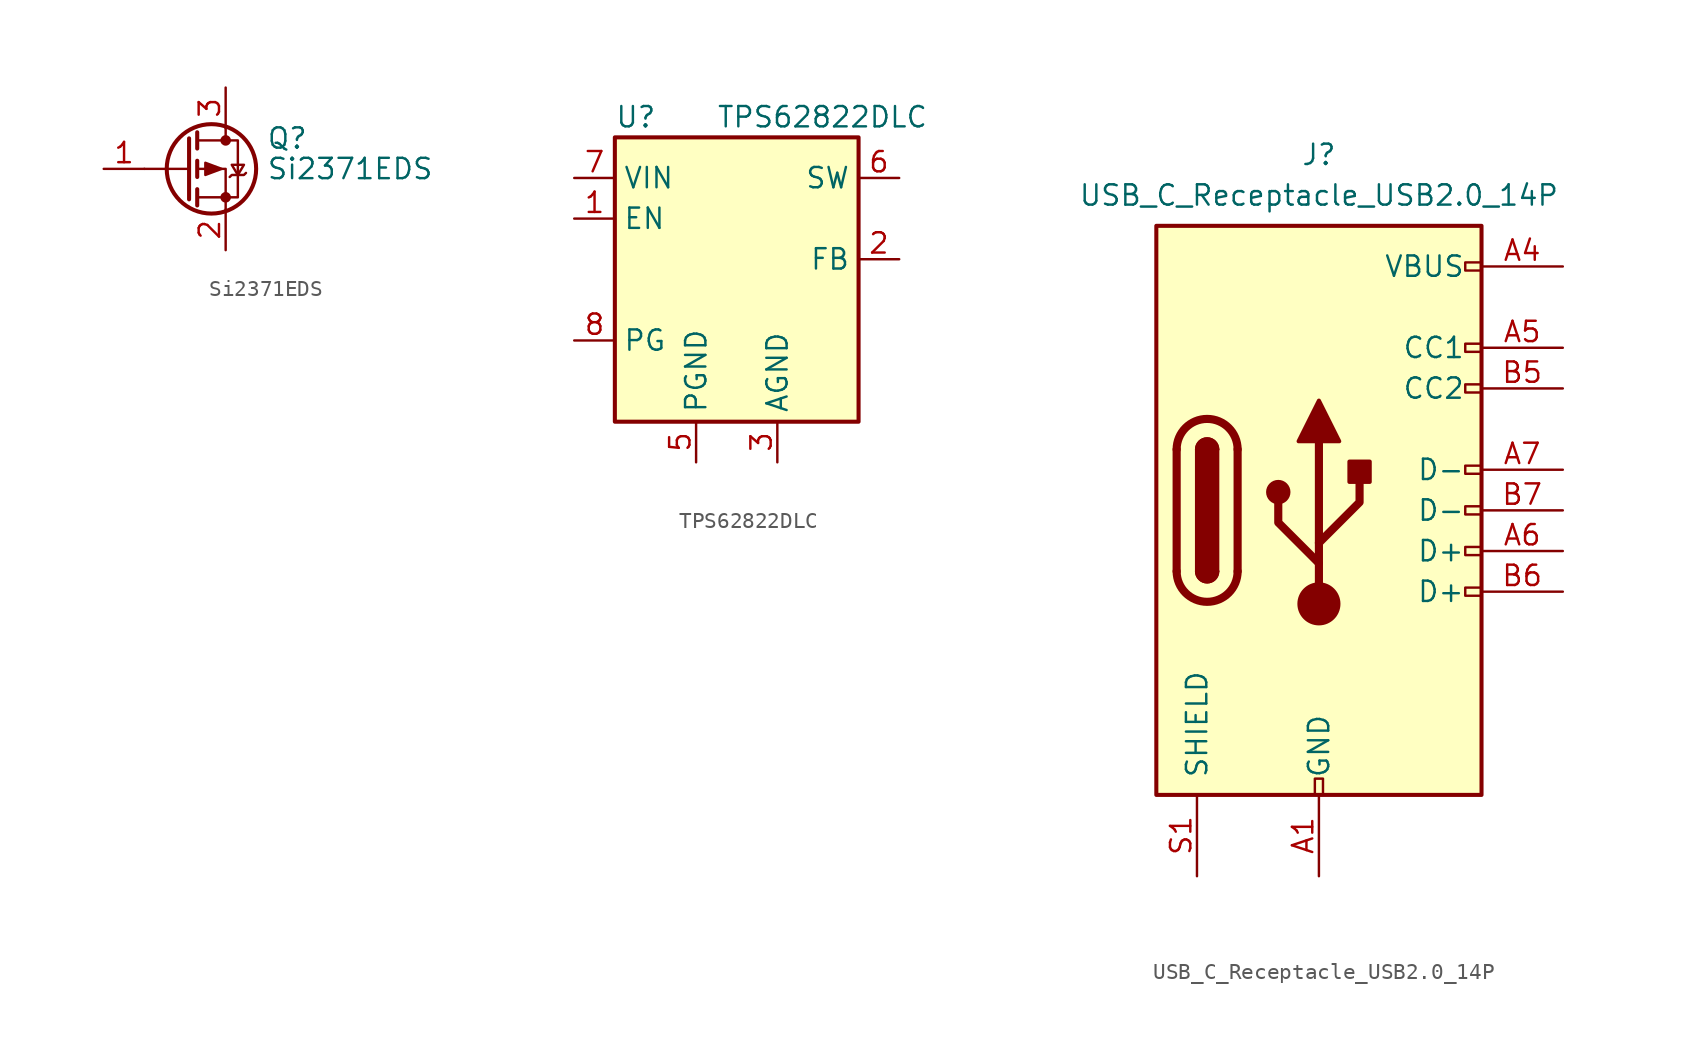
<source format=kicad_sym>
(kicad_symbol_lib
  (version 20231120)
  (generator "kicad_symbol_editor")
  (generator_version "8.0")
  (symbol "Si2371EDS"
    (pin_names hide)
    (property "Reference" "Q"
      (at 5.08 1.905 0)
      (effects (font (size 1.27 1.27)) (justify left)))
    (property "Value" "Si2371EDS"
      (at 5.08 0 0)
      (effects (font (size 1.27 1.27)) (justify left)))
    (symbol "Si2371EDS_0_1"
      (polyline (pts (xy 0.254 0) (xy -2.54 0)) (stroke (width 0) (type default)) (fill (type none)))
      (polyline (pts (xy 0.254 1.905) (xy 0.254 -1.905)) (stroke (width 0.254) (type default)) (fill (type none)))
      (polyline (pts (xy 0.762 -1.27) (xy 0.762 -2.286)) (stroke (width 0.254) (type default)) (fill (type none)))
      (polyline (pts (xy 0.762 0.508) (xy 0.762 -0.508)) (stroke (width 0.254) (type default)) (fill (type none)))
      (polyline (pts (xy 0.762 2.286) (xy 0.762 1.27)) (stroke (width 0.254) (type default)) (fill (type none)))
      (polyline (pts (xy 2.54 2.54) (xy 2.54 1.778)) (stroke (width 0) (type default)) (fill (type none)))
      (polyline (pts (xy 2.54 -2.54) (xy 2.54 0) (xy 0.762 0)) (stroke (width 0) (type default)) (fill (type none)))
      (polyline (pts (xy 0.762 1.778) (xy 3.302 1.778) (xy 3.302 -1.778) (xy 0.762 -1.778)) (stroke (width 0) (type default)) (fill (type none)))
      (polyline (pts (xy 2.286 0) (xy 1.27 0.381) (xy 1.27 -0.381) (xy 2.286 0)) (stroke (width 0) (type default)) (fill (type outline)))
      (polyline (pts (xy 2.794 -0.508) (xy 2.921 -0.381) (xy 3.683 -0.381) (xy 3.81 -0.254)) (stroke (width 0) (type default)) (fill (type none)))
      (polyline (pts (xy 3.302 -0.381) (xy 2.921 0.254) (xy 3.683 0.254) (xy 3.302 -0.381)) (stroke (width 0) (type default)) (fill (type none)))
      (circle (center 1.651 0) (radius 2.794) (stroke (width 0.254) (type default)) (fill (type none)))
      (circle (center 2.54 -1.778) (radius 0.254) (stroke (width 0) (type default)) (fill (type outline)))
      (circle (center 2.54 1.778) (radius 0.254) (stroke (width 0) (type default)) (fill (type outline))))
    (symbol "Si2371EDS_1_1"
      (pin input line (at -5.08 0 0) (length 2.54) (name "G" (effects (font (size 1.27 1.27)))) (number "1" (effects (font (size 1.27 1.27)))))
      (pin passive line (at 2.54 -5.08 90) (length 2.54) (name "S" (effects (font (size 1.27 1.27)))) (number "2" (effects (font (size 1.27 1.27)))))
      (pin passive line (at 2.54 5.08 270) (length 2.54) (name "D" (effects (font (size 1.27 1.27)))) (number "3" (effects (font (size 1.27 1.27)))))))
  (symbol "TPS62822DLC"
    (property "Reference" "U"
      (at -7.62 11.43 0)
      (effects (font (size 1.27 1.27)) (justify left)))
    (property "Value" "TPS62822DLC"
      (at -1.27 11.43 0)
      (effects (font (size 1.27 1.27)) (justify left)))
    (symbol "TPS62822DLC_0_1"
      (rectangle (start -7.62 10.16) (end 7.62 -7.62) (stroke (width 0.254) (type default)) (fill (type background))))
    (symbol "TPS62822DLC_1_1"
      (pin input line (at -10.16 5.08 0) (length 2.54) (name "EN" (effects (font (size 1.27 1.27)))) (number "1" (effects (font (size 1.27 1.27)))))
      (pin input line (at 10.16 2.54 180) (length 2.54) (name "FB" (effects (font (size 1.27 1.27)))) (number "2" (effects (font (size 1.27 1.27)))))
      (pin power_in line (at 2.54 -10.16 90) (length 2.54) (name "AGND" (effects (font (size 1.27 1.27)))) (number "3" (effects (font (size 1.27 1.27)))))
      (pin no_connect line (at 7.62 5.08 180) (length 2.54) hide (name "NC" (effects (font (size 1.27 1.27)))) (number "4" (effects (font (size 1.27 1.27)))))
      (pin power_in line (at -2.54 -10.16 90) (length 2.54) (name "PGND" (effects (font (size 1.27 1.27)))) (number "5" (effects (font (size 1.27 1.27)))))
      (pin power_out line (at 10.16 7.62 180) (length 2.54) (name "SW" (effects (font (size 1.27 1.27)))) (number "6" (effects (font (size 1.27 1.27)))))
      (pin power_in line (at -10.16 7.62 0) (length 2.54) (name "VIN" (effects (font (size 1.27 1.27)))) (number "7" (effects (font (size 1.27 1.27)))))
      (pin open_collector line (at -10.16 -2.54 0) (length 2.54) (name "PG" (effects (font (size 1.27 1.27)))) (number "8" (effects (font (size 1.27 1.27)))))))
  (symbol "USB_C_Receptacle_USB2.0_14P"
    (pin_names
      (offset 1.016))
    (property "Reference" "J"
      (at 0 22.225 0)
      (effects (font (size 1.27 1.27))))
    (property "Value" "USB_C_Receptacle_USB2.0_14P"
      (at 0 19.685 0)
      (effects (font (size 1.27 1.27))))
    (symbol "USB_C_Receptacle_USB2.0_14P_0_0"
      (rectangle (start -0.254 -17.78) (end 0.254 -16.764) (stroke (width 0) (type default)) (fill (type none)))
      (rectangle (start 10.16 -4.826) (end 9.144 -5.334) (stroke (width 0) (type default)) (fill (type none)))
      (rectangle (start 10.16 -2.286) (end 9.144 -2.794) (stroke (width 0) (type default)) (fill (type none)))
      (rectangle (start 10.16 0.254) (end 9.144 -0.254) (stroke (width 0) (type default)) (fill (type none)))
      (rectangle (start 10.16 2.794) (end 9.144 2.286) (stroke (width 0) (type default)) (fill (type none)))
      (rectangle (start 10.16 7.874) (end 9.144 7.366) (stroke (width 0) (type default)) (fill (type none)))
      (rectangle (start 10.16 10.414) (end 9.144 9.906) (stroke (width 0) (type default)) (fill (type none)))
      (rectangle (start 10.16 15.494) (end 9.144 14.986) (stroke (width 0) (type default)) (fill (type none))))
    (symbol "USB_C_Receptacle_USB2.0_14P_0_1"
      (rectangle (start -10.16 17.78) (end 10.16 -17.78) (stroke (width 0.254) (type default)) (fill (type background)))
      (arc (start -8.89 -3.81) (mid -6.985 -5.7067) (end -5.08 -3.81) (stroke (width 0.508) (type default)) (fill (type none)))
      (arc (start -7.62 -3.81) (mid -6.985 -4.4423) (end -6.35 -3.81) (stroke (width 0.254) (type default)) (fill (type none)))
      (arc (start -7.62 -3.81) (mid -6.985 -4.4423) (end -6.35 -3.81) (stroke (width 0.254) (type default)) (fill (type outline)))
      (rectangle (start -7.62 -3.81) (end -6.35 3.81) (stroke (width 0.254) (type default)) (fill (type outline)))
      (arc (start -6.35 3.81) (mid -6.985 4.4423) (end -7.62 3.81) (stroke (width 0.254) (type default)) (fill (type none)))
      (arc (start -6.35 3.81) (mid -6.985 4.4423) (end -7.62 3.81) (stroke (width 0.254) (type default)) (fill (type outline)))
      (arc (start -5.08 3.81) (mid -6.985 5.7067) (end -8.89 3.81) (stroke (width 0.508) (type default)) (fill (type none)))
      (circle (center -2.54 1.143) (radius 0.635) (stroke (width 0.254) (type default)) (fill (type outline)))
      (circle (center 0 -5.842) (radius 1.27) (stroke (width 0) (type default)) (fill (type outline)))
      (polyline (pts (xy -8.89 -3.81) (xy -8.89 3.81)) (stroke (width 0.508) (type default)) (fill (type none)))
      (polyline (pts (xy -5.08 3.81) (xy -5.08 -3.81)) (stroke (width 0.508) (type default)) (fill (type none)))
      (polyline (pts (xy 0 -5.842) (xy 0 4.318)) (stroke (width 0.508) (type default)) (fill (type none)))
      (polyline (pts (xy 0 -3.302) (xy -2.54 -0.762) (xy -2.54 0.508)) (stroke (width 0.508) (type default)) (fill (type none)))
      (polyline (pts (xy 0 -2.032) (xy 2.54 0.508) (xy 2.54 1.778)) (stroke (width 0.508) (type default)) (fill (type none)))
      (polyline (pts (xy -1.27 4.318) (xy 0 6.858) (xy 1.27 4.318) (xy -1.27 4.318)) (stroke (width 0.254) (type default)) (fill (type outline)))
      (rectangle (start 1.905 1.778) (end 3.175 3.048) (stroke (width 0.254) (type default)) (fill (type outline))))
    (symbol "USB_C_Receptacle_USB2.0_14P_1_1"
      (pin passive line (at 0 -22.86 90) (length 5.08) (name "GND" (effects (font (size 1.27 1.27)))) (number "A1" (effects (font (size 1.27 1.27)))))
      (pin passive line (at 0 -22.86 90) (length 5.08) hide (name "GND" (effects (font (size 1.27 1.27)))) (number "A12" (effects (font (size 1.27 1.27)))))
      (pin passive line (at 15.24 15.24 180) (length 5.08) (name "VBUS" (effects (font (size 1.27 1.27)))) (number "A4" (effects (font (size 1.27 1.27)))))
      (pin bidirectional line (at 15.24 10.16 180) (length 5.08) (name "CC1" (effects (font (size 1.27 1.27)))) (number "A5" (effects (font (size 1.27 1.27)))))
      (pin bidirectional line (at 15.24 -2.54 180) (length 5.08) (name "D+" (effects (font (size 1.27 1.27)))) (number "A6" (effects (font (size 1.27 1.27)))))
      (pin bidirectional line (at 15.24 2.54 180) (length 5.08) (name "D-" (effects (font (size 1.27 1.27)))) (number "A7" (effects (font (size 1.27 1.27)))))
      (pin passive line (at 15.24 15.24 180) (length 5.08) hide (name "VBUS" (effects (font (size 1.27 1.27)))) (number "A9" (effects (font (size 1.27 1.27)))))
      (pin passive line (at 0 -22.86 90) (length 5.08) hide (name "GND" (effects (font (size 1.27 1.27)))) (number "B1" (effects (font (size 1.27 1.27)))))
      (pin passive line (at 0 -22.86 90) (length 5.08) hide (name "GND" (effects (font (size 1.27 1.27)))) (number "B12" (effects (font (size 1.27 1.27)))))
      (pin passive line (at 15.24 15.24 180) (length 5.08) hide (name "VBUS" (effects (font (size 1.27 1.27)))) (number "B4" (effects (font (size 1.27 1.27)))))
      (pin bidirectional line (at 15.24 7.62 180) (length 5.08) (name "CC2" (effects (font (size 1.27 1.27)))) (number "B5" (effects (font (size 1.27 1.27)))))
      (pin bidirectional line (at 15.24 -5.08 180) (length 5.08) (name "D+" (effects (font (size 1.27 1.27)))) (number "B6" (effects (font (size 1.27 1.27)))))
      (pin bidirectional line (at 15.24 0 180) (length 5.08) (name "D-" (effects (font (size 1.27 1.27)))) (number "B7" (effects (font (size 1.27 1.27)))))
      (pin passive line (at 15.24 15.24 180) (length 5.08) hide (name "VBUS" (effects (font (size 1.27 1.27)))) (number "B9" (effects (font (size 1.27 1.27)))))
      (pin passive line (at -7.62 -22.86 90) (length 5.08) (name "SHIELD" (effects (font (size 1.27 1.27)))) (number "S1" (effects (font (size 1.27 1.27))))))))
</source>
